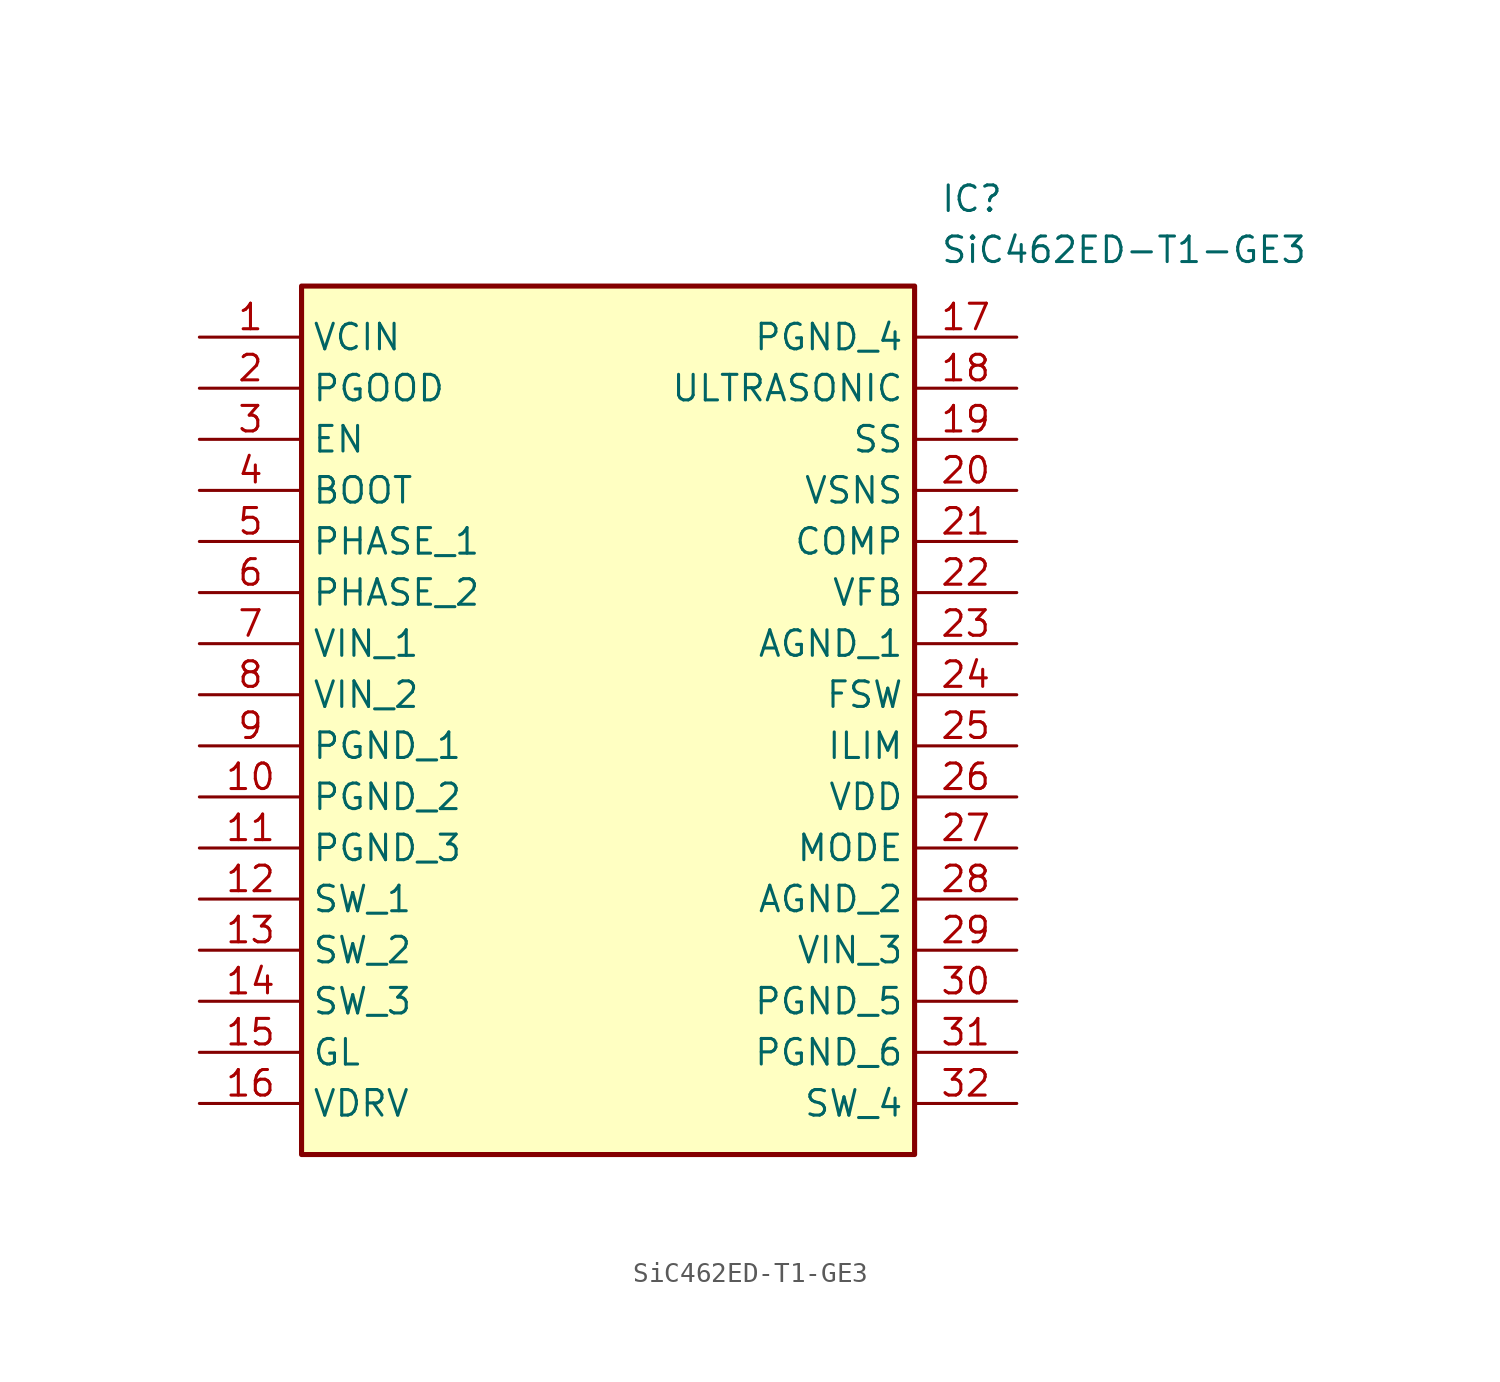
<source format=kicad_sym>
(kicad_symbol_lib
  (version 20211014)
  (generator SamacSys_ECAD_Model)
  (symbol "SiC462ED-T1-GE3"
    (property "Reference" "IC"
      (at 36.83 7.62 0)
      (effects (font (size 1.27 1.27)) (justify left top)))
    (property "Value" "SiC462ED-T1-GE3"
      (at 36.83 5.08 0)
      (effects (font (size 1.27 1.27)) (justify left top)))
    (rectangle
      (start 5.08 2.54)
      (end 35.56 -40.64)
      (stroke (width 0.254) (type default))
      (fill (type background)))
    (pin passive line
      (at 0 0 0)
      (length 5.08)
      (name "VCIN" (effects (font (size 1.27 1.27))))
      (number "1" (effects (font (size 1.27 1.27)))))
    (pin passive line
      (at 0 -2.54 0)
      (length 5.08)
      (name "PGOOD" (effects (font (size 1.27 1.27))))
      (number "2" (effects (font (size 1.27 1.27)))))
    (pin passive line
      (at 0 -5.08 0)
      (length 5.08)
      (name "EN" (effects (font (size 1.27 1.27))))
      (number "3" (effects (font (size 1.27 1.27)))))
    (pin passive line
      (at 0 -7.62 0)
      (length 5.08)
      (name "BOOT" (effects (font (size 1.27 1.27))))
      (number "4" (effects (font (size 1.27 1.27)))))
    (pin passive line
      (at 0 -10.16 0)
      (length 5.08)
      (name "PHASE_1" (effects (font (size 1.27 1.27))))
      (number "5" (effects (font (size 1.27 1.27)))))
    (pin passive line
      (at 0 -12.7 0)
      (length 5.08)
      (name "PHASE_2" (effects (font (size 1.27 1.27))))
      (number "6" (effects (font (size 1.27 1.27)))))
    (pin passive line
      (at 0 -15.24 0)
      (length 5.08)
      (name "VIN_1" (effects (font (size 1.27 1.27))))
      (number "7" (effects (font (size 1.27 1.27)))))
    (pin passive line
      (at 0 -17.78 0)
      (length 5.08)
      (name "VIN_2" (effects (font (size 1.27 1.27))))
      (number "8" (effects (font (size 1.27 1.27)))))
    (pin passive line
      (at 0 -20.32 0)
      (length 5.08)
      (name "PGND_1" (effects (font (size 1.27 1.27))))
      (number "9" (effects (font (size 1.27 1.27)))))
    (pin passive line
      (at 0 -22.86 0)
      (length 5.08)
      (name "PGND_2" (effects (font (size 1.27 1.27))))
      (number "10" (effects (font (size 1.27 1.27)))))
    (pin passive line
      (at 0 -25.4 0)
      (length 5.08)
      (name "PGND_3" (effects (font (size 1.27 1.27))))
      (number "11" (effects (font (size 1.27 1.27)))))
    (pin passive line
      (at 0 -27.94 0)
      (length 5.08)
      (name "SW_1" (effects (font (size 1.27 1.27))))
      (number "12" (effects (font (size 1.27 1.27)))))
    (pin passive line
      (at 0 -30.48 0)
      (length 5.08)
      (name "SW_2" (effects (font (size 1.27 1.27))))
      (number "13" (effects (font (size 1.27 1.27)))))
    (pin passive line
      (at 0 -33.02 0)
      (length 5.08)
      (name "SW_3" (effects (font (size 1.27 1.27))))
      (number "14" (effects (font (size 1.27 1.27)))))
    (pin passive line
      (at 0 -35.56 0)
      (length 5.08)
      (name "GL" (effects (font (size 1.27 1.27))))
      (number "15" (effects (font (size 1.27 1.27)))))
    (pin passive line
      (at 0 -38.1 0)
      (length 5.08)
      (name "VDRV" (effects (font (size 1.27 1.27))))
      (number "16" (effects (font (size 1.27 1.27)))))
    (pin passive line
      (at 40.64 0 180)
      (length 5.08)
      (name "PGND_4" (effects (font (size 1.27 1.27))))
      (number "17" (effects (font (size 1.27 1.27)))))
    (pin passive line
      (at 40.64 -2.54 180)
      (length 5.08)
      (name "ULTRASONIC" (effects (font (size 1.27 1.27))))
      (number "18" (effects (font (size 1.27 1.27)))))
    (pin passive line
      (at 40.64 -5.08 180)
      (length 5.08)
      (name "SS" (effects (font (size 1.27 1.27))))
      (number "19" (effects (font (size 1.27 1.27)))))
    (pin passive line
      (at 40.64 -7.62 180)
      (length 5.08)
      (name "VSNS" (effects (font (size 1.27 1.27))))
      (number "20" (effects (font (size 1.27 1.27)))))
    (pin passive line
      (at 40.64 -10.16 180)
      (length 5.08)
      (name "COMP" (effects (font (size 1.27 1.27))))
      (number "21" (effects (font (size 1.27 1.27)))))
    (pin passive line
      (at 40.64 -12.7 180)
      (length 5.08)
      (name "VFB" (effects (font (size 1.27 1.27))))
      (number "22" (effects (font (size 1.27 1.27)))))
    (pin passive line
      (at 40.64 -15.24 180)
      (length 5.08)
      (name "AGND_1" (effects (font (size 1.27 1.27))))
      (number "23" (effects (font (size 1.27 1.27)))))
    (pin passive line
      (at 40.64 -17.78 180)
      (length 5.08)
      (name "FSW" (effects (font (size 1.27 1.27))))
      (number "24" (effects (font (size 1.27 1.27)))))
    (pin passive line
      (at 40.64 -20.32 180)
      (length 5.08)
      (name "ILIM" (effects (font (size 1.27 1.27))))
      (number "25" (effects (font (size 1.27 1.27)))))
    (pin passive line
      (at 40.64 -22.86 180)
      (length 5.08)
      (name "VDD" (effects (font (size 1.27 1.27))))
      (number "26" (effects (font (size 1.27 1.27)))))
    (pin passive line
      (at 40.64 -25.4 180)
      (length 5.08)
      (name "MODE" (effects (font (size 1.27 1.27))))
      (number "27" (effects (font (size 1.27 1.27)))))
    (pin passive line
      (at 40.64 -27.94 180)
      (length 5.08)
      (name "AGND_2" (effects (font (size 1.27 1.27))))
      (number "28" (effects (font (size 1.27 1.27)))))
    (pin passive line
      (at 40.64 -30.48 180)
      (length 5.08)
      (name "VIN_3" (effects (font (size 1.27 1.27))))
      (number "29" (effects (font (size 1.27 1.27)))))
    (pin passive line
      (at 40.64 -33.02 180)
      (length 5.08)
      (name "PGND_5" (effects (font (size 1.27 1.27))))
      (number "30" (effects (font (size 1.27 1.27)))))
    (pin passive line
      (at 40.64 -35.56 180)
      (length 5.08)
      (name "PGND_6" (effects (font (size 1.27 1.27))))
      (number "31" (effects (font (size 1.27 1.27)))))
    (pin passive line
      (at 40.64 -38.1 180)
      (length 5.08)
      (name "SW_4" (effects (font (size 1.27 1.27))))
      (number "32" (effects (font (size 1.27 1.27)))))))
</source>
